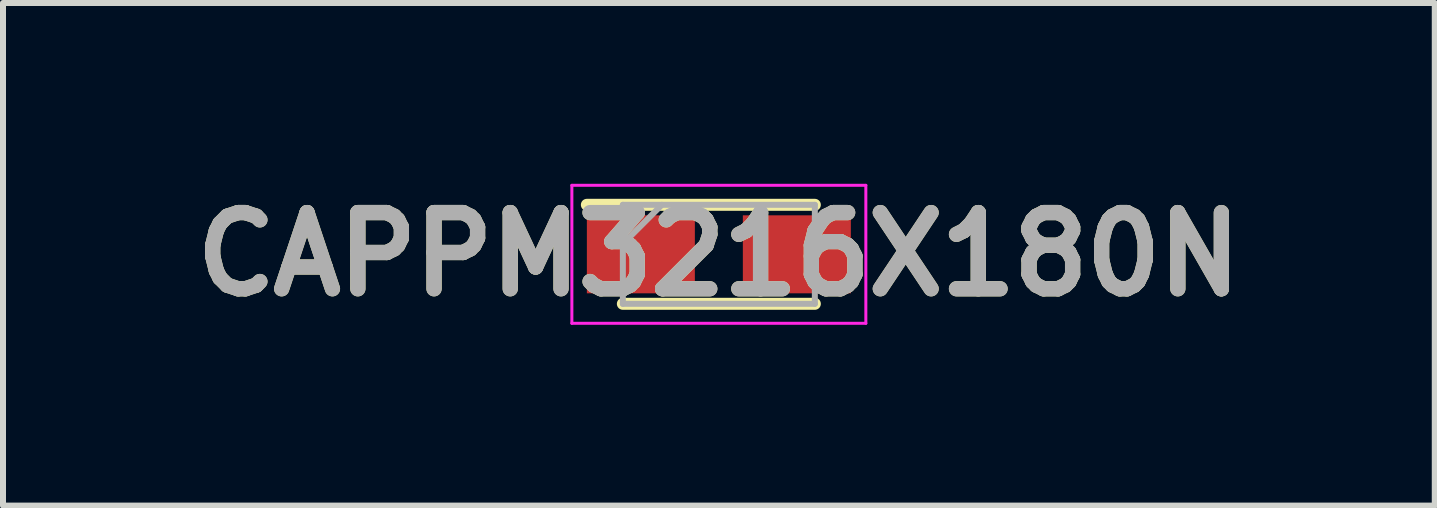
<source format=kicad_pcb>
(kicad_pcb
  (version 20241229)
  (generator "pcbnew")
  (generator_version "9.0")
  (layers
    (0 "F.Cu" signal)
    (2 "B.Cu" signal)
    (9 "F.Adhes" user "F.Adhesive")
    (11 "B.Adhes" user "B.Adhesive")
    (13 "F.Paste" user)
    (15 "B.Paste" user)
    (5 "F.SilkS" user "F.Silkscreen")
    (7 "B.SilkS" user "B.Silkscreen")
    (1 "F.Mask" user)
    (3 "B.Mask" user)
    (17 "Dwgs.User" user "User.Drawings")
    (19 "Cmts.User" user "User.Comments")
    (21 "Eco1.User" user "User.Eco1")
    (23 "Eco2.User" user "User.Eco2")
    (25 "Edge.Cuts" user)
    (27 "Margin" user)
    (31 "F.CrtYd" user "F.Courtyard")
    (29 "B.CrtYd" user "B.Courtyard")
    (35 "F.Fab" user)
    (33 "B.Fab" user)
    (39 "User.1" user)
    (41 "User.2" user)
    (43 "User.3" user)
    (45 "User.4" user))
  (footprint "CAPPM3216X180N"
    (layer "F.Cu")
    (at 8.932 1.189)
    (property "Reference" "CAPPM3216X180N" (at 0 0 0) (layer "F.SilkS") (effects (font (size 1.27 1.27) (thickness 0.254))))
    (attr smd)
    (fp_line (start -1.6 0.825) (end 1.6 0.825) (stroke (width 0.2) (type solid)) (layer "F.SilkS"))
    (fp_line (start 1.6 -0.825) (end -2.2 -0.825) (stroke (width 0.2) (type solid)) (layer "F.SilkS"))
    (fp_line (start -2.45 -1.15) (end 2.45 -1.15) (stroke (width 0.05) (type solid)) (layer "F.CrtYd"))
    (fp_line (start -2.45 1.15) (end -2.45 -1.15) (stroke (width 0.05) (type solid)) (layer "F.CrtYd"))
    (fp_line (start 2.45 -1.15) (end 2.45 1.15) (stroke (width 0.05) (type solid)) (layer "F.CrtYd"))
    (fp_line (start 2.45 1.15) (end -2.45 1.15) (stroke (width 0.05) (type solid)) (layer "F.CrtYd"))
    (fp_line (start -1.6 -0.825) (end 1.6 -0.825) (stroke (width 0.1) (type solid)) (layer "F.Fab"))
    (fp_line (start -1.6 -0.175) (end -0.95 -0.825) (stroke (width 0.1) (type solid)) (layer "F.Fab"))
    (fp_line (start -1.6 0.825) (end -1.6 -0.825) (stroke (width 0.1) (type solid)) (layer "F.Fab"))
    (fp_line (start 1.6 -0.825) (end 1.6 0.825) (stroke (width 0.1) (type solid)) (layer "F.Fab"))
    (fp_line (start 1.6 0.825) (end -1.6 0.825) (stroke (width 0.1) (type solid)) (layer "F.Fab"))
    (fp_text user "${REFERENCE}" (at 0 0 0) (layer "F.Fab") (effects (font (size 1.27 1.27) (thickness 0.254))))
    (pad "1" smd rect (at -1.3 0 90) (size 1.3 1.8) (layers "F.Cu" "F.Mask" "F.Paste"))
    (pad "2" smd rect (at 1.3 0 90) (size 1.3 1.8) (layers "F.Cu" "F.Mask" "F.Paste")))
  (gr_rect
    (start -3 -3)
    (end 20.865 5.377)
    (stroke (width 0.1) (type default))
    (fill no)
    (layer "Edge.Cuts")))
</source>
